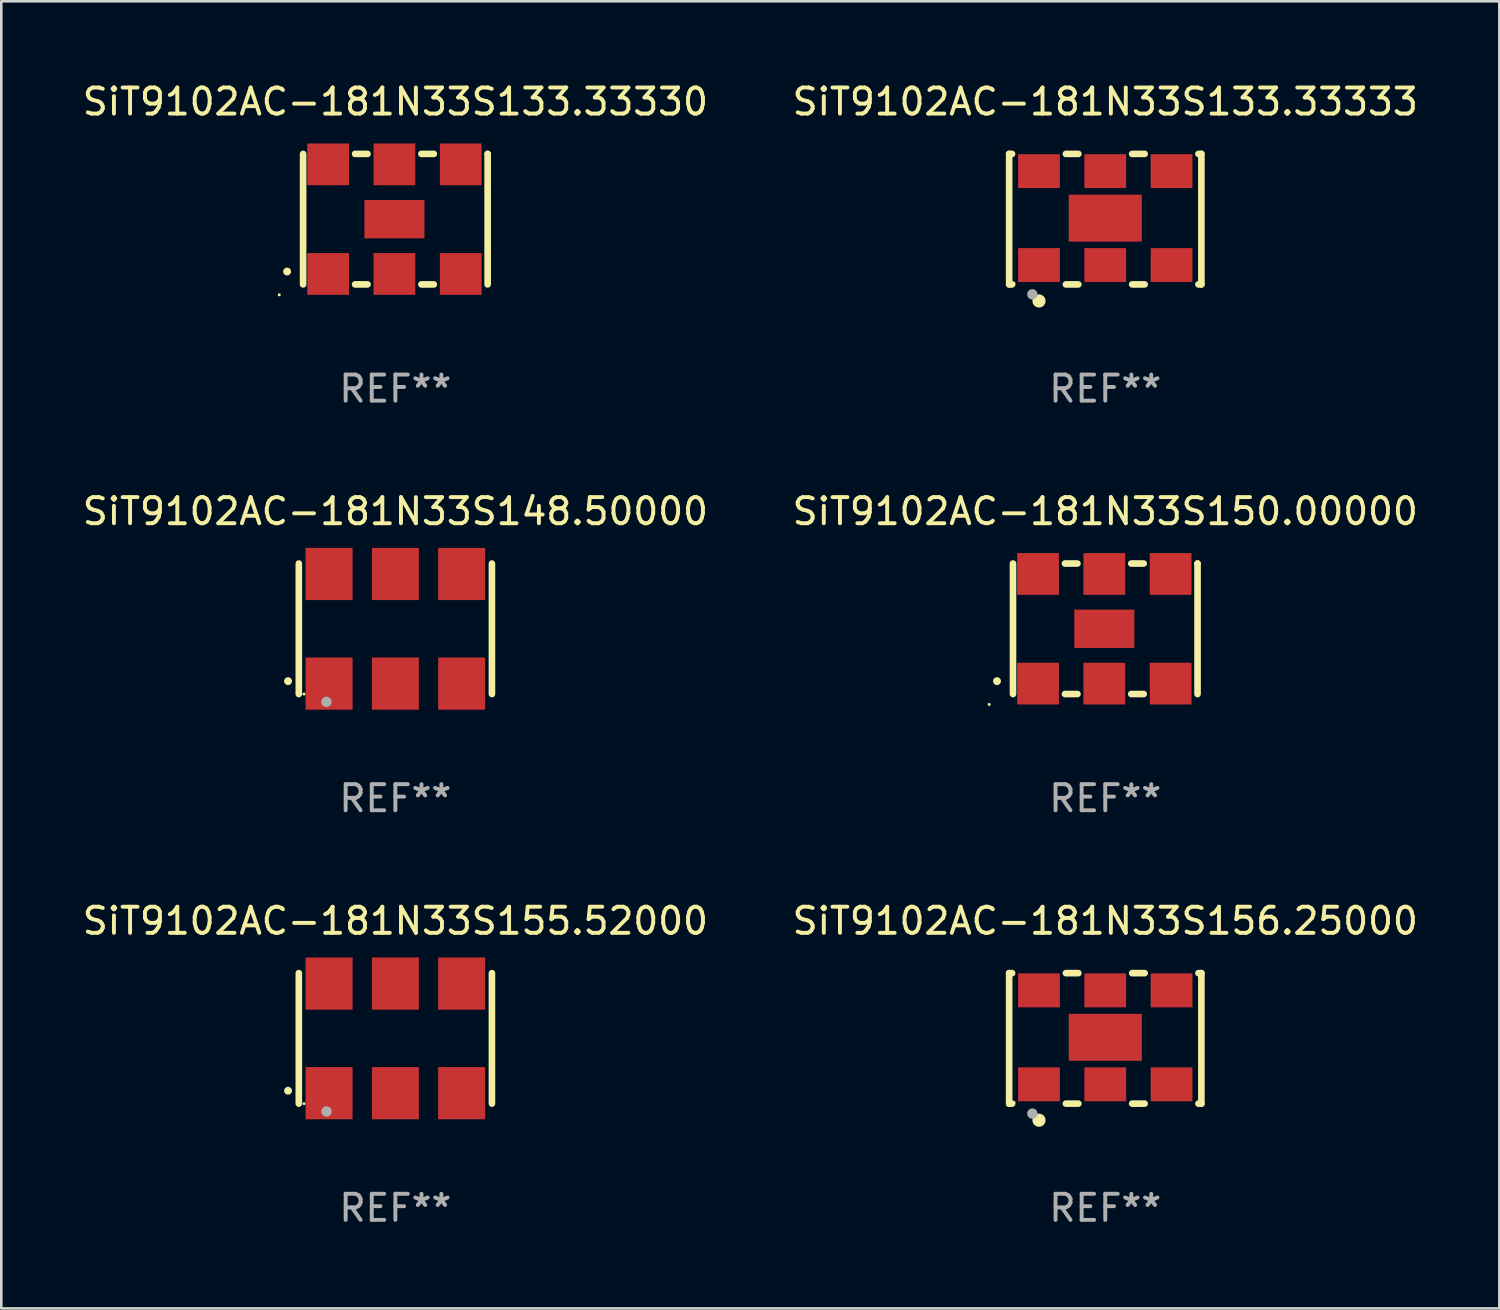
<source format=kicad_pcb>
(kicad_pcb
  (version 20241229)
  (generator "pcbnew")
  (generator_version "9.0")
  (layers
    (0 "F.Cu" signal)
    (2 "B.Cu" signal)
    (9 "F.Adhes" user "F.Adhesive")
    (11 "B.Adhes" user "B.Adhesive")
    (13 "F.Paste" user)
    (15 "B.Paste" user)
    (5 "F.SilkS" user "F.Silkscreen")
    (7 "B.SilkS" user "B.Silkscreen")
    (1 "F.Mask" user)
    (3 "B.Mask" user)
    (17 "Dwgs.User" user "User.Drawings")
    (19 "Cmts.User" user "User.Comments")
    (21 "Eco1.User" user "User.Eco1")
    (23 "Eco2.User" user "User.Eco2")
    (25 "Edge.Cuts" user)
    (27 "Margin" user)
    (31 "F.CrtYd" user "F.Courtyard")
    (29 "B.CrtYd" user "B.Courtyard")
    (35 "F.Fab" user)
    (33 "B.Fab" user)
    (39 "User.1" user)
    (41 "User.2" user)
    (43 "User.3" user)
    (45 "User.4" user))
  (footprint "SiT9102AC-181N33S150.00000"
    (layer "F.Cu")
    (at 39.304 21.045)
    (property "Reference" "SiT9102AC-181N33S150.00000" (at 0 -4.5 0) (layer "F.SilkS") (effects (font (size 1 1) (thickness 0.15))))
    (attr through_hole)
    (fp_line (start -3.536 -2.5) (end -3.536 2.5) (stroke (width 0.254) (type solid)) (layer "F.SilkS"))
    (fp_line (start -1.544 2.5) (end -1.067 2.5) (stroke (width 0.254) (type solid)) (layer "F.SilkS"))
    (fp_line (start -1.067 -2.5) (end -1.544 -2.5) (stroke (width 0.254) (type solid)) (layer "F.SilkS"))
    (fp_line (start 0.996 2.5) (end 1.473 2.5) (stroke (width 0.254) (type solid)) (layer "F.SilkS"))
    (fp_line (start 1.473 -2.5) (end 0.996 -2.5) (stroke (width 0.254) (type solid)) (layer "F.SilkS"))
    (fp_line (start 3.536 -2.5) (end 3.536 -2.5) (stroke (width 0.254) (type solid)) (layer "F.SilkS"))
    (fp_line (start 3.536 2.5) (end 3.536 -2.5) (stroke (width 0.254) (type solid)) (layer "F.SilkS"))
    (fp_arc (start -4.150432 2.006604) (mid -4.149162 2.006599) (end -4.147892 2.006604) (stroke (width 0.3) (type solid)) (layer "F.SilkS"))
    (fp_circle (center -4.449 2.9) (end -4.419 2.9) (stroke (width 0.06) (type solid)) (fill no) (layer "F.SilkS"))
    (fp_text user "REF**" (at 0 6.5 0) (layer "F.Fab") (effects (font (size 1 1) (thickness 0.15))))
    (pad "1" smd rect (at -2.576 2.1) (size 1.6 1.6) (layers "F.Cu" "F.Mask" "F.Paste"))
    (pad "2" smd rect (at -0.036 2.1) (size 1.6 1.6) (layers "F.Cu" "F.Mask" "F.Paste"))
    (pad "3" smd rect (at 2.504 2.1) (size 1.6 1.6) (layers "F.Cu" "F.Mask" "F.Paste"))
    (pad "4" smd rect (at 2.504 -2.1) (size 1.6 1.6) (layers "F.Cu" "F.Mask" "F.Paste"))
    (pad "5" smd rect (at -0.036 -2.1) (size 1.6 1.6) (layers "F.Cu" "F.Mask" "F.Paste"))
    (pad "6" smd rect (at -2.576 -2.1) (size 1.6 1.6) (layers "F.Cu" "F.Mask" "F.Paste"))
    (pad "7" smd rect (at -0.036 0) (size 2.3 1.47) (layers "F.Cu" "F.Mask" "F.Paste")))
  (footprint "SiT9102AC-181N33S148.50000"
    (layer "F.Cu")
    (at 12.101 21.045)
    (property "Reference" "SiT9102AC-181N33S148.50000" (at 0 -4.5 0) (layer "F.SilkS") (effects (font (size 1 1) (thickness 0.15))))
    (attr through_hole)
    (fp_line (start -3.7 -2.5) (end -3.7 2.5) (stroke (width 0.254) (type solid)) (layer "F.SilkS"))
    (fp_line (start 3.7 -2.5) (end 3.7 2.5) (stroke (width 0.254) (type solid)) (layer "F.SilkS"))
    (fp_arc (start -4.114415 2.006604) (mid -4.113145 2.006599) (end -4.111875 2.006604) (stroke (width 0.3) (type solid)) (layer "F.SilkS"))
    (fp_circle (center -3.5 2.501) (end -3.47 2.501) (stroke (width 0.06) (type solid)) (fill no) (layer "F.SilkS"))
    (fp_circle (center -2.641 2.799) (end -2.541 2.799) (stroke (width 0.2) (type solid)) (fill no) (layer "F.Fab"))
    (fp_text user "REF**" (at 0 6.5 0) (layer "F.Fab") (effects (font (size 1 1) (thickness 0.15))))
    (pad "1" smd rect (at -2.54 2.1) (size 1.8 2) (layers "F.Cu" "F.Mask" "F.Paste"))
    (pad "2" smd rect (at 0.000394 2.1) (size 1.8 2) (layers "F.Cu" "F.Mask" "F.Paste"))
    (pad "3" smd rect (at 2.54 2.1) (size 1.8 2) (layers "F.Cu" "F.Mask" "F.Paste"))
    (pad "4" smd rect (at 2.54 -2.1) (size 1.8 2) (layers "F.Cu" "F.Mask" "F.Paste"))
    (pad "5" smd rect (at 0.000394 -2.1) (size 1.8 2) (layers "F.Cu" "F.Mask" "F.Paste"))
    (pad "6" smd rect (at -2.54 -2.1) (size 1.8 2) (layers "F.Cu" "F.Mask" "F.Paste")))
  (footprint "SiT9102AC-181N33S133.33333"
    (layer "F.Cu")
    (at 39.304 5.348)
    (property "Reference" "SiT9102AC-181N33S133.33333" (at 0 -4.5 0) (layer "F.SilkS") (effects (font (size 1 1) (thickness 0.15))))
    (attr through_hole)
    (fp_line (start -3.683 -2.5) (end -3.571 -2.5) (stroke (width 0.254) (type solid)) (layer "F.SilkS"))
    (fp_line (start -3.683 2.5) (end -3.683 -2.5) (stroke (width 0.254) (type solid)) (layer "F.SilkS"))
    (fp_line (start -3.683 2.5) (end -3.571 2.5) (stroke (width 0.254) (type solid)) (layer "F.SilkS"))
    (fp_line (start -1.509 -2.5) (end -1.031 -2.5) (stroke (width 0.254) (type solid)) (layer "F.SilkS"))
    (fp_line (start -1.509 2.5) (end -1.031 2.5) (stroke (width 0.254) (type solid)) (layer "F.SilkS"))
    (fp_line (start 1.031 -2.5) (end 1.509 -2.5) (stroke (width 0.254) (type solid)) (layer "F.SilkS"))
    (fp_line (start 1.031 2.5) (end 1.509 2.5) (stroke (width 0.254) (type solid)) (layer "F.SilkS"))
    (fp_line (start 3.571 -2.5) (end 3.683 -2.5) (stroke (width 0.254) (type solid)) (layer "F.SilkS"))
    (fp_line (start 3.571 2.5) (end 3.683 2.5) (stroke (width 0.254) (type solid)) (layer "F.SilkS"))
    (fp_line (start 3.683 2.5) (end 3.683 -2.5) (stroke (width 0.254) (type solid)) (layer "F.SilkS"))
    (fp_circle (center -3.5 2.46) (end -3.47 2.46) (stroke (width 0.06) (type solid)) (fill no) (layer "F.SilkS"))
    (fp_circle (center -2.54 3.135) (end -2.413 3.135) (stroke (width 0.254) (type solid)) (fill no) (layer "F.SilkS"))
    (fp_circle (center -2.794 2.881) (end -2.694 2.881) (stroke (width 0.2) (type solid)) (fill no) (layer "F.Fab"))
    (fp_text user "REF**" (at 0 6.5 0) (layer "F.Fab") (effects (font (size 1 1) (thickness 0.15))))
    (pad "1" smd rect (at -2.54 1.76) (size 1.6 1.3) (layers "F.Cu" "F.Mask" "F.Paste"))
    (pad "2" smd rect (at 0 1.76) (size 1.6 1.3) (layers "F.Cu" "F.Mask" "F.Paste"))
    (pad "3" smd rect (at 2.54 1.76) (size 1.6 1.3) (layers "F.Cu" "F.Mask" "F.Paste"))
    (pad "4" smd rect (at 2.54 -1.84) (size 1.6 1.3) (layers "F.Cu" "F.Mask" "F.Paste"))
    (pad "5" smd rect (at 0 -1.84) (size 1.6 1.3) (layers "F.Cu" "F.Mask" "F.Paste"))
    (pad "6" smd rect (at -2.54 -1.84) (size 1.6 1.3) (layers "F.Cu" "F.Mask" "F.Paste"))
    (pad "7" smd rect (at 0 -0.04) (size 2.8 1.8) (layers "F.Cu" "F.Mask" "F.Paste")))
  (footprint "SiT9102AC-181N33S133.33330"
    (layer "F.Cu")
    (at 12.101 5.348)
    (property "Reference" "SiT9102AC-181N33S133.33330" (at 0 -4.5 0) (layer "F.SilkS") (effects (font (size 1 1) (thickness 0.15))))
    (attr through_hole)
    (fp_line (start -3.536 -2.5) (end -3.536 2.5) (stroke (width 0.254) (type solid)) (layer "F.SilkS"))
    (fp_line (start -1.544 2.5) (end -1.067 2.5) (stroke (width 0.254) (type solid)) (layer "F.SilkS"))
    (fp_line (start -1.067 -2.5) (end -1.544 -2.5) (stroke (width 0.254) (type solid)) (layer "F.SilkS"))
    (fp_line (start 0.996 2.5) (end 1.473 2.5) (stroke (width 0.254) (type solid)) (layer "F.SilkS"))
    (fp_line (start 1.473 -2.5) (end 0.996 -2.5) (stroke (width 0.254) (type solid)) (layer "F.SilkS"))
    (fp_line (start 3.536 -2.5) (end 3.536 -2.5) (stroke (width 0.254) (type solid)) (layer "F.SilkS"))
    (fp_line (start 3.536 2.5) (end 3.536 -2.5) (stroke (width 0.254) (type solid)) (layer "F.SilkS"))
    (fp_arc (start -4.150432 2.006604) (mid -4.149162 2.006599) (end -4.147892 2.006604) (stroke (width 0.3) (type solid)) (layer "F.SilkS"))
    (fp_circle (center -4.449 2.9) (end -4.419 2.9) (stroke (width 0.06) (type solid)) (fill no) (layer "F.SilkS"))
    (fp_text user "REF**" (at 0 6.5 0) (layer "F.Fab") (effects (font (size 1 1) (thickness 0.15))))
    (pad "1" smd rect (at -2.576 2.1) (size 1.6 1.6) (layers "F.Cu" "F.Mask" "F.Paste"))
    (pad "2" smd rect (at -0.036 2.1) (size 1.6 1.6) (layers "F.Cu" "F.Mask" "F.Paste"))
    (pad "3" smd rect (at 2.504 2.1) (size 1.6 1.6) (layers "F.Cu" "F.Mask" "F.Paste"))
    (pad "4" smd rect (at 2.504 -2.1) (size 1.6 1.6) (layers "F.Cu" "F.Mask" "F.Paste"))
    (pad "5" smd rect (at -0.036 -2.1) (size 1.6 1.6) (layers "F.Cu" "F.Mask" "F.Paste"))
    (pad "6" smd rect (at -2.576 -2.1) (size 1.6 1.6) (layers "F.Cu" "F.Mask" "F.Paste"))
    (pad "7" smd rect (at -0.036 0) (size 2.3 1.47) (layers "F.Cu" "F.Mask" "F.Paste")))
  (footprint "SiT9102AC-181N33S156.25000"
    (layer "F.Cu")
    (at 39.304 36.741)
    (property "Reference" "SiT9102AC-181N33S156.25000" (at 0 -4.5 0) (layer "F.SilkS") (effects (font (size 1 1) (thickness 0.15))))
    (attr through_hole)
    (fp_line (start -3.683 -2.5) (end -3.571 -2.5) (stroke (width 0.254) (type solid)) (layer "F.SilkS"))
    (fp_line (start -3.683 2.5) (end -3.683 -2.5) (stroke (width 0.254) (type solid)) (layer "F.SilkS"))
    (fp_line (start -3.683 2.5) (end -3.571 2.5) (stroke (width 0.254) (type solid)) (layer "F.SilkS"))
    (fp_line (start -1.509 -2.5) (end -1.031 -2.5) (stroke (width 0.254) (type solid)) (layer "F.SilkS"))
    (fp_line (start -1.509 2.5) (end -1.031 2.5) (stroke (width 0.254) (type solid)) (layer "F.SilkS"))
    (fp_line (start 1.031 -2.5) (end 1.509 -2.5) (stroke (width 0.254) (type solid)) (layer "F.SilkS"))
    (fp_line (start 1.031 2.5) (end 1.509 2.5) (stroke (width 0.254) (type solid)) (layer "F.SilkS"))
    (fp_line (start 3.571 -2.5) (end 3.683 -2.5) (stroke (width 0.254) (type solid)) (layer "F.SilkS"))
    (fp_line (start 3.571 2.5) (end 3.683 2.5) (stroke (width 0.254) (type solid)) (layer "F.SilkS"))
    (fp_line (start 3.683 2.5) (end 3.683 -2.5) (stroke (width 0.254) (type solid)) (layer "F.SilkS"))
    (fp_circle (center -3.5 2.46) (end -3.47 2.46) (stroke (width 0.06) (type solid)) (fill no) (layer "F.SilkS"))
    (fp_circle (center -2.54 3.135) (end -2.413 3.135) (stroke (width 0.254) (type solid)) (fill no) (layer "F.SilkS"))
    (fp_circle (center -2.794 2.881) (end -2.694 2.881) (stroke (width 0.2) (type solid)) (fill no) (layer "F.Fab"))
    (fp_text user "REF**" (at 0 6.5 0) (layer "F.Fab") (effects (font (size 1 1) (thickness 0.15))))
    (pad "1" smd rect (at -2.54 1.76) (size 1.6 1.3) (layers "F.Cu" "F.Mask" "F.Paste"))
    (pad "2" smd rect (at 0 1.76) (size 1.6 1.3) (layers "F.Cu" "F.Mask" "F.Paste"))
    (pad "3" smd rect (at 2.54 1.76) (size 1.6 1.3) (layers "F.Cu" "F.Mask" "F.Paste"))
    (pad "4" smd rect (at 2.54 -1.84) (size 1.6 1.3) (layers "F.Cu" "F.Mask" "F.Paste"))
    (pad "5" smd rect (at 0 -1.84) (size 1.6 1.3) (layers "F.Cu" "F.Mask" "F.Paste"))
    (pad "6" smd rect (at -2.54 -1.84) (size 1.6 1.3) (layers "F.Cu" "F.Mask" "F.Paste"))
    (pad "7" smd rect (at 0 -0.04) (size 2.8 1.8) (layers "F.Cu" "F.Mask" "F.Paste")))
  (footprint "SiT9102AC-181N33S155.52000"
    (layer "F.Cu")
    (at 12.101 36.741)
    (property "Reference" "SiT9102AC-181N33S155.52000" (at 0 -4.5 0) (layer "F.SilkS") (effects (font (size 1 1) (thickness 0.15))))
    (attr through_hole)
    (fp_line (start -3.7 -2.5) (end -3.7 2.5) (stroke (width 0.254) (type solid)) (layer "F.SilkS"))
    (fp_line (start 3.7 -2.5) (end 3.7 2.5) (stroke (width 0.254) (type solid)) (layer "F.SilkS"))
    (fp_arc (start -4.114415 2.006604) (mid -4.113145 2.006599) (end -4.111875 2.006604) (stroke (width 0.3) (type solid)) (layer "F.SilkS"))
    (fp_circle (center -3.5 2.501) (end -3.47 2.501) (stroke (width 0.06) (type solid)) (fill no) (layer "F.SilkS"))
    (fp_circle (center -2.641 2.799) (end -2.541 2.799) (stroke (width 0.2) (type solid)) (fill no) (layer "F.Fab"))
    (fp_text user "REF**" (at 0 6.5 0) (layer "F.Fab") (effects (font (size 1 1) (thickness 0.15))))
    (pad "1" smd rect (at -2.54 2.1) (size 1.8 2) (layers "F.Cu" "F.Mask" "F.Paste"))
    (pad "2" smd rect (at 0.000394 2.1) (size 1.8 2) (layers "F.Cu" "F.Mask" "F.Paste"))
    (pad "3" smd rect (at 2.54 2.1) (size 1.8 2) (layers "F.Cu" "F.Mask" "F.Paste"))
    (pad "4" smd rect (at 2.54 -2.1) (size 1.8 2) (layers "F.Cu" "F.Mask" "F.Paste"))
    (pad "5" smd rect (at 0.000394 -2.1) (size 1.8 2) (layers "F.Cu" "F.Mask" "F.Paste"))
    (pad "6" smd rect (at -2.54 -2.1) (size 1.8 2) (layers "F.Cu" "F.Mask" "F.Paste")))
  (gr_rect
    (start -3 -3)
    (end 54.405 47.09)
    (stroke (width 0.1) (type default))
    (fill no)
    (layer "Edge.Cuts")))
</source>
